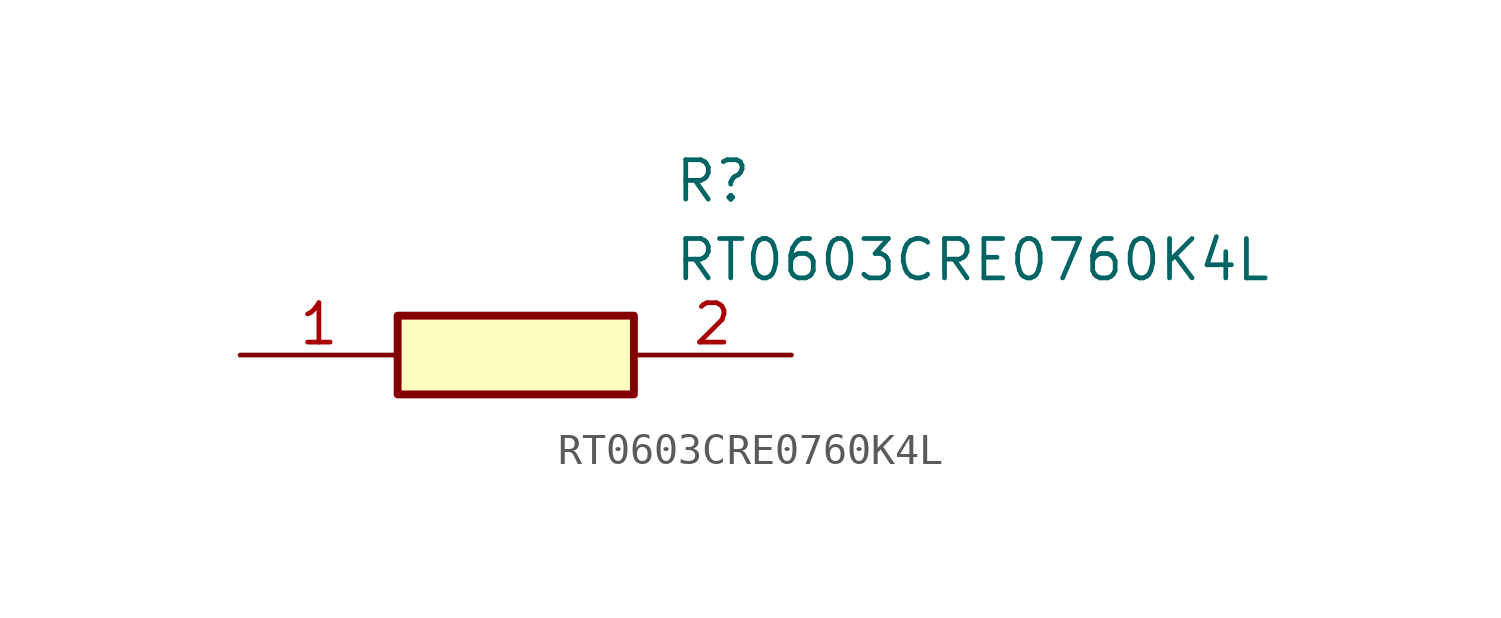
<source format=kicad_sym>
(kicad_symbol_lib
  (version 20211014)
  (generator SamacSys_ECAD_Model)
  (symbol "RT0603CRE0760K4L"
    (pin_names hide)
    (property "Reference" "R"
      (at 13.97 6.35 0)
      (effects (font (size 1.27 1.27)) (justify left top)))
    (property "Value" "RT0603CRE0760K4L"
      (at 13.97 3.81 0)
      (effects (font (size 1.27 1.27)) (justify left top)))
    (rectangle
      (start 5.08 1.27)
      (end 12.7 -1.27)
      (stroke (width 0.254) (type default))
      (fill (type background)))
    (pin passive line
      (at 0 0 0)
      (length 5.08)
      (name "1" (effects (font (size 1.27 1.27))))
      (number "1" (effects (font (size 1.27 1.27)))))
    (pin passive line
      (at 17.78 0 180)
      (length 5.08)
      (name "2" (effects (font (size 1.27 1.27))))
      (number "2" (effects (font (size 1.27 1.27)))))))
</source>
